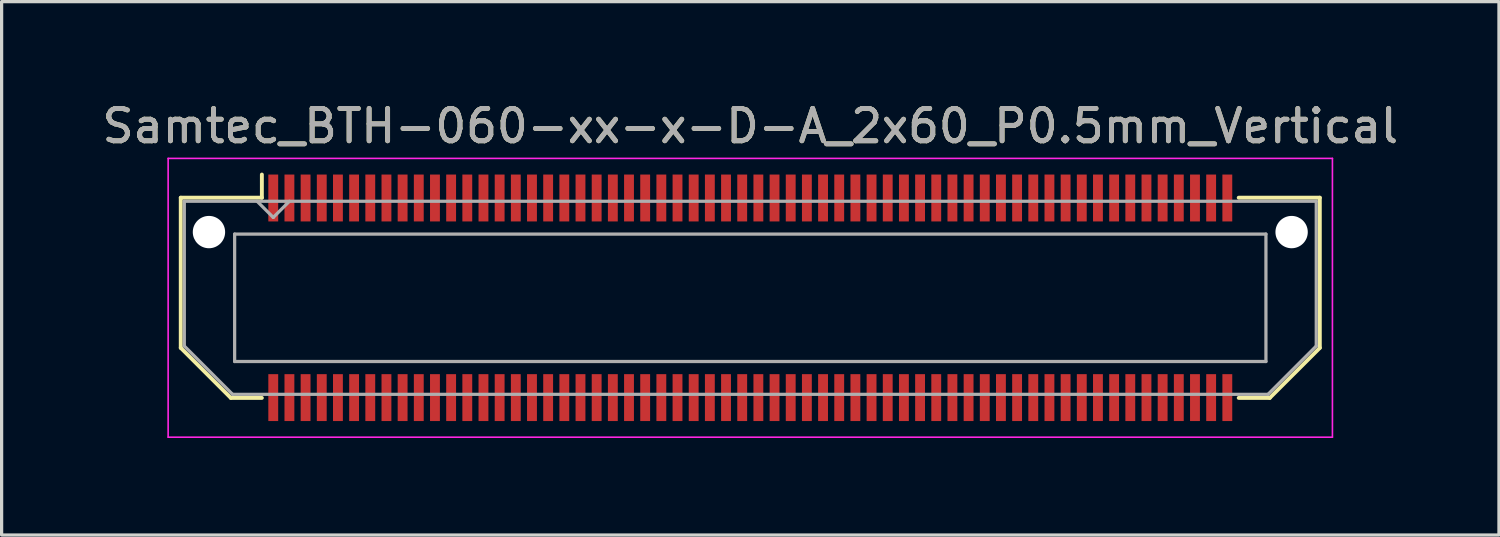
<source format=kicad_pcb>
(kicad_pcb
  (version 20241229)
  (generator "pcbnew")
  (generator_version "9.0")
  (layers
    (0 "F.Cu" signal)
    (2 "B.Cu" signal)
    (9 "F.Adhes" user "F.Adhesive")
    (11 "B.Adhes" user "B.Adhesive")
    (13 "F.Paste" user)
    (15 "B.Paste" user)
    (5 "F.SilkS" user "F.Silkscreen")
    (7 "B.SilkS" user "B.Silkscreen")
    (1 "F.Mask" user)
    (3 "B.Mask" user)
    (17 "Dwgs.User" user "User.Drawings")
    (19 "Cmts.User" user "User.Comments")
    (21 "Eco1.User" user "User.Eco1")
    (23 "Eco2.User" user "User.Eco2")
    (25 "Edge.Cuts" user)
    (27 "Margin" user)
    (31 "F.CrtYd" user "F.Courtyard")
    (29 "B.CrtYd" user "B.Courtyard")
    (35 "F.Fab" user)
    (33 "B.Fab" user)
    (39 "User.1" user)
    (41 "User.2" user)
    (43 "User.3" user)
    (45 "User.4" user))
  (footprint "Samtec_BTH-060-xx-x-D-A_2x60_P0.5mm_Vertical"
    (layer "F.Cu")
    (at 20.149 6.158)
    (property "Reference" "Samtec_BTH-060-xx-x-D-A_2x60_P0.5mm_Vertical" (at 0 -5.31 0) (layer "F.SilkS") (effects (font (size 1 1) (thickness 0.15))))
    (attr smd)
    (fp_line (start -17.61 -3.095) (end -17.61 1.548) (stroke (width 0.12) (type solid)) (layer "F.SilkS"))
    (fp_line (start -17.61 1.548) (end -16.062 3.095) (stroke (width 0.12) (type solid)) (layer "F.SilkS"))
    (fp_line (start -16.062 3.095) (end -15.102 3.095) (stroke (width 0.12) (type solid)) (layer "F.SilkS"))
    (fp_line (start -15.102 -3.811) (end -15.102 -3.095) (stroke (width 0.12) (type solid)) (layer "F.SilkS"))
    (fp_line (start -15.102 -3.095) (end -17.61 -3.095) (stroke (width 0.12) (type solid)) (layer "F.SilkS"))
    (fp_line (start 15.102 -3.095) (end 17.61 -3.095) (stroke (width 0.12) (type solid)) (layer "F.SilkS"))
    (fp_line (start 16.062 3.095) (end 15.102 3.095) (stroke (width 0.12) (type solid)) (layer "F.SilkS"))
    (fp_line (start 17.61 -3.095) (end 17.61 1.548) (stroke (width 0.12) (type solid)) (layer "F.SilkS"))
    (fp_line (start 17.61 1.548) (end 16.062 3.095) (stroke (width 0.12) (type solid)) (layer "F.SilkS"))
    (fp_line (start -18 -4.31) (end -18 4.31) (stroke (width 0.05) (type solid)) (layer "F.CrtYd"))
    (fp_line (start -18 4.31) (end 18 4.31) (stroke (width 0.05) (type solid)) (layer "F.CrtYd"))
    (fp_line (start 18 -4.31) (end -18 -4.31) (stroke (width 0.05) (type solid)) (layer "F.CrtYd"))
    (fp_line (start 18 4.31) (end 18 -4.31) (stroke (width 0.05) (type solid)) (layer "F.CrtYd"))
    (fp_line (start -17.5 -2.985) (end -17.5 1.492) (stroke (width 0.1) (type solid)) (layer "F.Fab"))
    (fp_line (start -17.5 -2.985) (end 17.5 -2.985) (stroke (width 0.1) (type solid)) (layer "F.Fab"))
    (fp_line (start -17.5 1.492) (end -16.008 2.985) (stroke (width 0.1) (type solid)) (layer "F.Fab"))
    (fp_line (start -16.008 2.985) (end 16.008 2.985) (stroke (width 0.1) (type solid)) (layer "F.Fab"))
    (fp_line (start -15.944 -1.97) (end -15.944 1.97) (stroke (width 0.1) (type solid)) (layer "F.Fab"))
    (fp_line (start -15.944 1.97) (end 15.944 1.97) (stroke (width 0.1) (type solid)) (layer "F.Fab"))
    (fp_line (start -14.75 -2.485) (end -15.25 -2.985) (stroke (width 0.1) (type solid)) (layer "F.Fab"))
    (fp_line (start -14.25 -2.985) (end -14.75 -2.485) (stroke (width 0.1) (type solid)) (layer "F.Fab"))
    (fp_line (start 15.944 -1.97) (end -15.944 -1.97) (stroke (width 0.1) (type solid)) (layer "F.Fab"))
    (fp_line (start 15.944 1.97) (end 15.944 -1.97) (stroke (width 0.1) (type solid)) (layer "F.Fab"))
    (fp_line (start 17.5 -2.985) (end 17.5 1.492) (stroke (width 0.1) (type solid)) (layer "F.Fab"))
    (fp_line (start 17.5 1.492) (end 16.008 2.985) (stroke (width 0.1) (type solid)) (layer "F.Fab"))
    (fp_text user "${REFERENCE}" (at 0 -5.31 0) (layer "F.Fab") (effects (font (size 1 1) (thickness 0.15))))
    (pad "" np_thru_hole circle (at -16.738 -2.032) (size 1 1) (drill 1) (layers "*.Cu" "*.Mask"))
    (pad "" np_thru_hole circle (at 16.738 -2.032) (size 1 1) (drill 1) (layers "*.Cu" "*.Mask"))
    (pad "1" smd rect (at -14.75 -3.086) (size 0.305 1.45) (layers "F.Cu" "F.Mask" "F.Paste"))
    (pad "2" smd rect (at -14.75 3.086) (size 0.305 1.45) (layers "F.Cu" "F.Mask" "F.Paste"))
    (pad "3" smd rect (at -14.25 -3.086) (size 0.305 1.45) (layers "F.Cu" "F.Mask" "F.Paste"))
    (pad "4" smd rect (at -14.25 3.086) (size 0.305 1.45) (layers "F.Cu" "F.Mask" "F.Paste"))
    (pad "5" smd rect (at -13.75 -3.086) (size 0.305 1.45) (layers "F.Cu" "F.Mask" "F.Paste"))
    (pad "6" smd rect (at -13.75 3.086) (size 0.305 1.45) (layers "F.Cu" "F.Mask" "F.Paste"))
    (pad "7" smd rect (at -13.25 -3.086) (size 0.305 1.45) (layers "F.Cu" "F.Mask" "F.Paste"))
    (pad "8" smd rect (at -13.25 3.086) (size 0.305 1.45) (layers "F.Cu" "F.Mask" "F.Paste"))
    (pad "9" smd rect (at -12.75 -3.086) (size 0.305 1.45) (layers "F.Cu" "F.Mask" "F.Paste"))
    (pad "10" smd rect (at -12.75 3.086) (size 0.305 1.45) (layers "F.Cu" "F.Mask" "F.Paste"))
    (pad "11" smd rect (at -12.25 -3.086) (size 0.305 1.45) (layers "F.Cu" "F.Mask" "F.Paste"))
    (pad "12" smd rect (at -12.25 3.086) (size 0.305 1.45) (layers "F.Cu" "F.Mask" "F.Paste"))
    (pad "13" smd rect (at -11.75 -3.086) (size 0.305 1.45) (layers "F.Cu" "F.Mask" "F.Paste"))
    (pad "14" smd rect (at -11.75 3.086) (size 0.305 1.45) (layers "F.Cu" "F.Mask" "F.Paste"))
    (pad "15" smd rect (at -11.25 -3.086) (size 0.305 1.45) (layers "F.Cu" "F.Mask" "F.Paste"))
    (pad "16" smd rect (at -11.25 3.086) (size 0.305 1.45) (layers "F.Cu" "F.Mask" "F.Paste"))
    (pad "17" smd rect (at -10.75 -3.086) (size 0.305 1.45) (layers "F.Cu" "F.Mask" "F.Paste"))
    (pad "18" smd rect (at -10.75 3.086) (size 0.305 1.45) (layers "F.Cu" "F.Mask" "F.Paste"))
    (pad "19" smd rect (at -10.25 -3.086) (size 0.305 1.45) (layers "F.Cu" "F.Mask" "F.Paste"))
    (pad "20" smd rect (at -10.25 3.086) (size 0.305 1.45) (layers "F.Cu" "F.Mask" "F.Paste"))
    (pad "21" smd rect (at -9.75 -3.086) (size 0.305 1.45) (layers "F.Cu" "F.Mask" "F.Paste"))
    (pad "22" smd rect (at -9.75 3.086) (size 0.305 1.45) (layers "F.Cu" "F.Mask" "F.Paste"))
    (pad "23" smd rect (at -9.25 -3.086) (size 0.305 1.45) (layers "F.Cu" "F.Mask" "F.Paste"))
    (pad "24" smd rect (at -9.25 3.086) (size 0.305 1.45) (layers "F.Cu" "F.Mask" "F.Paste"))
    (pad "25" smd rect (at -8.75 -3.086) (size 0.305 1.45) (layers "F.Cu" "F.Mask" "F.Paste"))
    (pad "26" smd rect (at -8.75 3.086) (size 0.305 1.45) (layers "F.Cu" "F.Mask" "F.Paste"))
    (pad "27" smd rect (at -8.25 -3.086) (size 0.305 1.45) (layers "F.Cu" "F.Mask" "F.Paste"))
    (pad "28" smd rect (at -8.25 3.086) (size 0.305 1.45) (layers "F.Cu" "F.Mask" "F.Paste"))
    (pad "29" smd rect (at -7.75 -3.086) (size 0.305 1.45) (layers "F.Cu" "F.Mask" "F.Paste"))
    (pad "30" smd rect (at -7.75 3.086) (size 0.305 1.45) (layers "F.Cu" "F.Mask" "F.Paste"))
    (pad "31" smd rect (at -7.25 -3.086) (size 0.305 1.45) (layers "F.Cu" "F.Mask" "F.Paste"))
    (pad "32" smd rect (at -7.25 3.086) (size 0.305 1.45) (layers "F.Cu" "F.Mask" "F.Paste"))
    (pad "33" smd rect (at -6.75 -3.086) (size 0.305 1.45) (layers "F.Cu" "F.Mask" "F.Paste"))
    (pad "34" smd rect (at -6.75 3.086) (size 0.305 1.45) (layers "F.Cu" "F.Mask" "F.Paste"))
    (pad "35" smd rect (at -6.25 -3.086) (size 0.305 1.45) (layers "F.Cu" "F.Mask" "F.Paste"))
    (pad "36" smd rect (at -6.25 3.086) (size 0.305 1.45) (layers "F.Cu" "F.Mask" "F.Paste"))
    (pad "37" smd rect (at -5.75 -3.086) (size 0.305 1.45) (layers "F.Cu" "F.Mask" "F.Paste"))
    (pad "38" smd rect (at -5.75 3.086) (size 0.305 1.45) (layers "F.Cu" "F.Mask" "F.Paste"))
    (pad "39" smd rect (at -5.25 -3.086) (size 0.305 1.45) (layers "F.Cu" "F.Mask" "F.Paste"))
    (pad "40" smd rect (at -5.25 3.086) (size 0.305 1.45) (layers "F.Cu" "F.Mask" "F.Paste"))
    (pad "41" smd rect (at -4.75 -3.086) (size 0.305 1.45) (layers "F.Cu" "F.Mask" "F.Paste"))
    (pad "42" smd rect (at -4.75 3.086) (size 0.305 1.45) (layers "F.Cu" "F.Mask" "F.Paste"))
    (pad "43" smd rect (at -4.25 -3.086) (size 0.305 1.45) (layers "F.Cu" "F.Mask" "F.Paste"))
    (pad "44" smd rect (at -4.25 3.086) (size 0.305 1.45) (layers "F.Cu" "F.Mask" "F.Paste"))
    (pad "45" smd rect (at -3.75 -3.086) (size 0.305 1.45) (layers "F.Cu" "F.Mask" "F.Paste"))
    (pad "46" smd rect (at -3.75 3.086) (size 0.305 1.45) (layers "F.Cu" "F.Mask" "F.Paste"))
    (pad "47" smd rect (at -3.25 -3.086) (size 0.305 1.45) (layers "F.Cu" "F.Mask" "F.Paste"))
    (pad "48" smd rect (at -3.25 3.086) (size 0.305 1.45) (layers "F.Cu" "F.Mask" "F.Paste"))
    (pad "49" smd rect (at -2.75 -3.086) (size 0.305 1.45) (layers "F.Cu" "F.Mask" "F.Paste"))
    (pad "50" smd rect (at -2.75 3.086) (size 0.305 1.45) (layers "F.Cu" "F.Mask" "F.Paste"))
    (pad "51" smd rect (at -2.25 -3.086) (size 0.305 1.45) (layers "F.Cu" "F.Mask" "F.Paste"))
    (pad "52" smd rect (at -2.25 3.086) (size 0.305 1.45) (layers "F.Cu" "F.Mask" "F.Paste"))
    (pad "53" smd rect (at -1.75 -3.086) (size 0.305 1.45) (layers "F.Cu" "F.Mask" "F.Paste"))
    (pad "54" smd rect (at -1.75 3.086) (size 0.305 1.45) (layers "F.Cu" "F.Mask" "F.Paste"))
    (pad "55" smd rect (at -1.25 -3.086) (size 0.305 1.45) (layers "F.Cu" "F.Mask" "F.Paste"))
    (pad "56" smd rect (at -1.25 3.086) (size 0.305 1.45) (layers "F.Cu" "F.Mask" "F.Paste"))
    (pad "57" smd rect (at -0.75 -3.086) (size 0.305 1.45) (layers "F.Cu" "F.Mask" "F.Paste"))
    (pad "58" smd rect (at -0.75 3.086) (size 0.305 1.45) (layers "F.Cu" "F.Mask" "F.Paste"))
    (pad "59" smd rect (at -0.25 -3.086) (size 0.305 1.45) (layers "F.Cu" "F.Mask" "F.Paste"))
    (pad "60" smd rect (at -0.25 3.086) (size 0.305 1.45) (layers "F.Cu" "F.Mask" "F.Paste"))
    (pad "61" smd rect (at 0.25 -3.086) (size 0.305 1.45) (layers "F.Cu" "F.Mask" "F.Paste"))
    (pad "62" smd rect (at 0.25 3.086) (size 0.305 1.45) (layers "F.Cu" "F.Mask" "F.Paste"))
    (pad "63" smd rect (at 0.75 -3.086) (size 0.305 1.45) (layers "F.Cu" "F.Mask" "F.Paste"))
    (pad "64" smd rect (at 0.75 3.086) (size 0.305 1.45) (layers "F.Cu" "F.Mask" "F.Paste"))
    (pad "65" smd rect (at 1.25 -3.086) (size 0.305 1.45) (layers "F.Cu" "F.Mask" "F.Paste"))
    (pad "66" smd rect (at 1.25 3.086) (size 0.305 1.45) (layers "F.Cu" "F.Mask" "F.Paste"))
    (pad "67" smd rect (at 1.75 -3.086) (size 0.305 1.45) (layers "F.Cu" "F.Mask" "F.Paste"))
    (pad "68" smd rect (at 1.75 3.086) (size 0.305 1.45) (layers "F.Cu" "F.Mask" "F.Paste"))
    (pad "69" smd rect (at 2.25 -3.086) (size 0.305 1.45) (layers "F.Cu" "F.Mask" "F.Paste"))
    (pad "70" smd rect (at 2.25 3.086) (size 0.305 1.45) (layers "F.Cu" "F.Mask" "F.Paste"))
    (pad "71" smd rect (at 2.75 -3.086) (size 0.305 1.45) (layers "F.Cu" "F.Mask" "F.Paste"))
    (pad "72" smd rect (at 2.75 3.086) (size 0.305 1.45) (layers "F.Cu" "F.Mask" "F.Paste"))
    (pad "73" smd rect (at 3.25 -3.086) (size 0.305 1.45) (layers "F.Cu" "F.Mask" "F.Paste"))
    (pad "74" smd rect (at 3.25 3.086) (size 0.305 1.45) (layers "F.Cu" "F.Mask" "F.Paste"))
    (pad "75" smd rect (at 3.75 -3.086) (size 0.305 1.45) (layers "F.Cu" "F.Mask" "F.Paste"))
    (pad "76" smd rect (at 3.75 3.086) (size 0.305 1.45) (layers "F.Cu" "F.Mask" "F.Paste"))
    (pad "77" smd rect (at 4.25 -3.086) (size 0.305 1.45) (layers "F.Cu" "F.Mask" "F.Paste"))
    (pad "78" smd rect (at 4.25 3.086) (size 0.305 1.45) (layers "F.Cu" "F.Mask" "F.Paste"))
    (pad "79" smd rect (at 4.75 -3.086) (size 0.305 1.45) (layers "F.Cu" "F.Mask" "F.Paste"))
    (pad "80" smd rect (at 4.75 3.086) (size 0.305 1.45) (layers "F.Cu" "F.Mask" "F.Paste"))
    (pad "81" smd rect (at 5.25 -3.086) (size 0.305 1.45) (layers "F.Cu" "F.Mask" "F.Paste"))
    (pad "82" smd rect (at 5.25 3.086) (size 0.305 1.45) (layers "F.Cu" "F.Mask" "F.Paste"))
    (pad "83" smd rect (at 5.75 -3.086) (size 0.305 1.45) (layers "F.Cu" "F.Mask" "F.Paste"))
    (pad "84" smd rect (at 5.75 3.086) (size 0.305 1.45) (layers "F.Cu" "F.Mask" "F.Paste"))
    (pad "85" smd rect (at 6.25 -3.086) (size 0.305 1.45) (layers "F.Cu" "F.Mask" "F.Paste"))
    (pad "86" smd rect (at 6.25 3.086) (size 0.305 1.45) (layers "F.Cu" "F.Mask" "F.Paste"))
    (pad "87" smd rect (at 6.75 -3.086) (size 0.305 1.45) (layers "F.Cu" "F.Mask" "F.Paste"))
    (pad "88" smd rect (at 6.75 3.086) (size 0.305 1.45) (layers "F.Cu" "F.Mask" "F.Paste"))
    (pad "89" smd rect (at 7.25 -3.086) (size 0.305 1.45) (layers "F.Cu" "F.Mask" "F.Paste"))
    (pad "90" smd rect (at 7.25 3.086) (size 0.305 1.45) (layers "F.Cu" "F.Mask" "F.Paste"))
    (pad "91" smd rect (at 7.75 -3.086) (size 0.305 1.45) (layers "F.Cu" "F.Mask" "F.Paste"))
    (pad "92" smd rect (at 7.75 3.086) (size 0.305 1.45) (layers "F.Cu" "F.Mask" "F.Paste"))
    (pad "93" smd rect (at 8.25 -3.086) (size 0.305 1.45) (layers "F.Cu" "F.Mask" "F.Paste"))
    (pad "94" smd rect (at 8.25 3.086) (size 0.305 1.45) (layers "F.Cu" "F.Mask" "F.Paste"))
    (pad "95" smd rect (at 8.75 -3.086) (size 0.305 1.45) (layers "F.Cu" "F.Mask" "F.Paste"))
    (pad "96" smd rect (at 8.75 3.086) (size 0.305 1.45) (layers "F.Cu" "F.Mask" "F.Paste"))
    (pad "97" smd rect (at 9.25 -3.086) (size 0.305 1.45) (layers "F.Cu" "F.Mask" "F.Paste"))
    (pad "98" smd rect (at 9.25 3.086) (size 0.305 1.45) (layers "F.Cu" "F.Mask" "F.Paste"))
    (pad "99" smd rect (at 9.75 -3.086) (size 0.305 1.45) (layers "F.Cu" "F.Mask" "F.Paste"))
    (pad "100" smd rect (at 9.75 3.086) (size 0.305 1.45) (layers "F.Cu" "F.Mask" "F.Paste"))
    (pad "101" smd rect (at 10.25 -3.086) (size 0.305 1.45) (layers "F.Cu" "F.Mask" "F.Paste"))
    (pad "102" smd rect (at 10.25 3.086) (size 0.305 1.45) (layers "F.Cu" "F.Mask" "F.Paste"))
    (pad "103" smd rect (at 10.75 -3.086) (size 0.305 1.45) (layers "F.Cu" "F.Mask" "F.Paste"))
    (pad "104" smd rect (at 10.75 3.086) (size 0.305 1.45) (layers "F.Cu" "F.Mask" "F.Paste"))
    (pad "105" smd rect (at 11.25 -3.086) (size 0.305 1.45) (layers "F.Cu" "F.Mask" "F.Paste"))
    (pad "106" smd rect (at 11.25 3.086) (size 0.305 1.45) (layers "F.Cu" "F.Mask" "F.Paste"))
    (pad "107" smd rect (at 11.75 -3.086) (size 0.305 1.45) (layers "F.Cu" "F.Mask" "F.Paste"))
    (pad "108" smd rect (at 11.75 3.086) (size 0.305 1.45) (layers "F.Cu" "F.Mask" "F.Paste"))
    (pad "109" smd rect (at 12.25 -3.086) (size 0.305 1.45) (layers "F.Cu" "F.Mask" "F.Paste"))
    (pad "110" smd rect (at 12.25 3.086) (size 0.305 1.45) (layers "F.Cu" "F.Mask" "F.Paste"))
    (pad "111" smd rect (at 12.75 -3.086) (size 0.305 1.45) (layers "F.Cu" "F.Mask" "F.Paste"))
    (pad "112" smd rect (at 12.75 3.086) (size 0.305 1.45) (layers "F.Cu" "F.Mask" "F.Paste"))
    (pad "113" smd rect (at 13.25 -3.086) (size 0.305 1.45) (layers "F.Cu" "F.Mask" "F.Paste"))
    (pad "114" smd rect (at 13.25 3.086) (size 0.305 1.45) (layers "F.Cu" "F.Mask" "F.Paste"))
    (pad "115" smd rect (at 13.75 -3.086) (size 0.305 1.45) (layers "F.Cu" "F.Mask" "F.Paste"))
    (pad "116" smd rect (at 13.75 3.086) (size 0.305 1.45) (layers "F.Cu" "F.Mask" "F.Paste"))
    (pad "117" smd rect (at 14.25 -3.086) (size 0.305 1.45) (layers "F.Cu" "F.Mask" "F.Paste"))
    (pad "118" smd rect (at 14.25 3.086) (size 0.305 1.45) (layers "F.Cu" "F.Mask" "F.Paste"))
    (pad "119" smd rect (at 14.75 -3.086) (size 0.305 1.45) (layers "F.Cu" "F.Mask" "F.Paste"))
    (pad "120" smd rect (at 14.75 3.086) (size 0.305 1.45) (layers "F.Cu" "F.Mask" "F.Paste")))
  (gr_rect
    (start -3 -3)
    (end 43.298 13.493)
    (stroke (width 0.1) (type default))
    (fill no)
    (layer "Edge.Cuts")))
</source>
